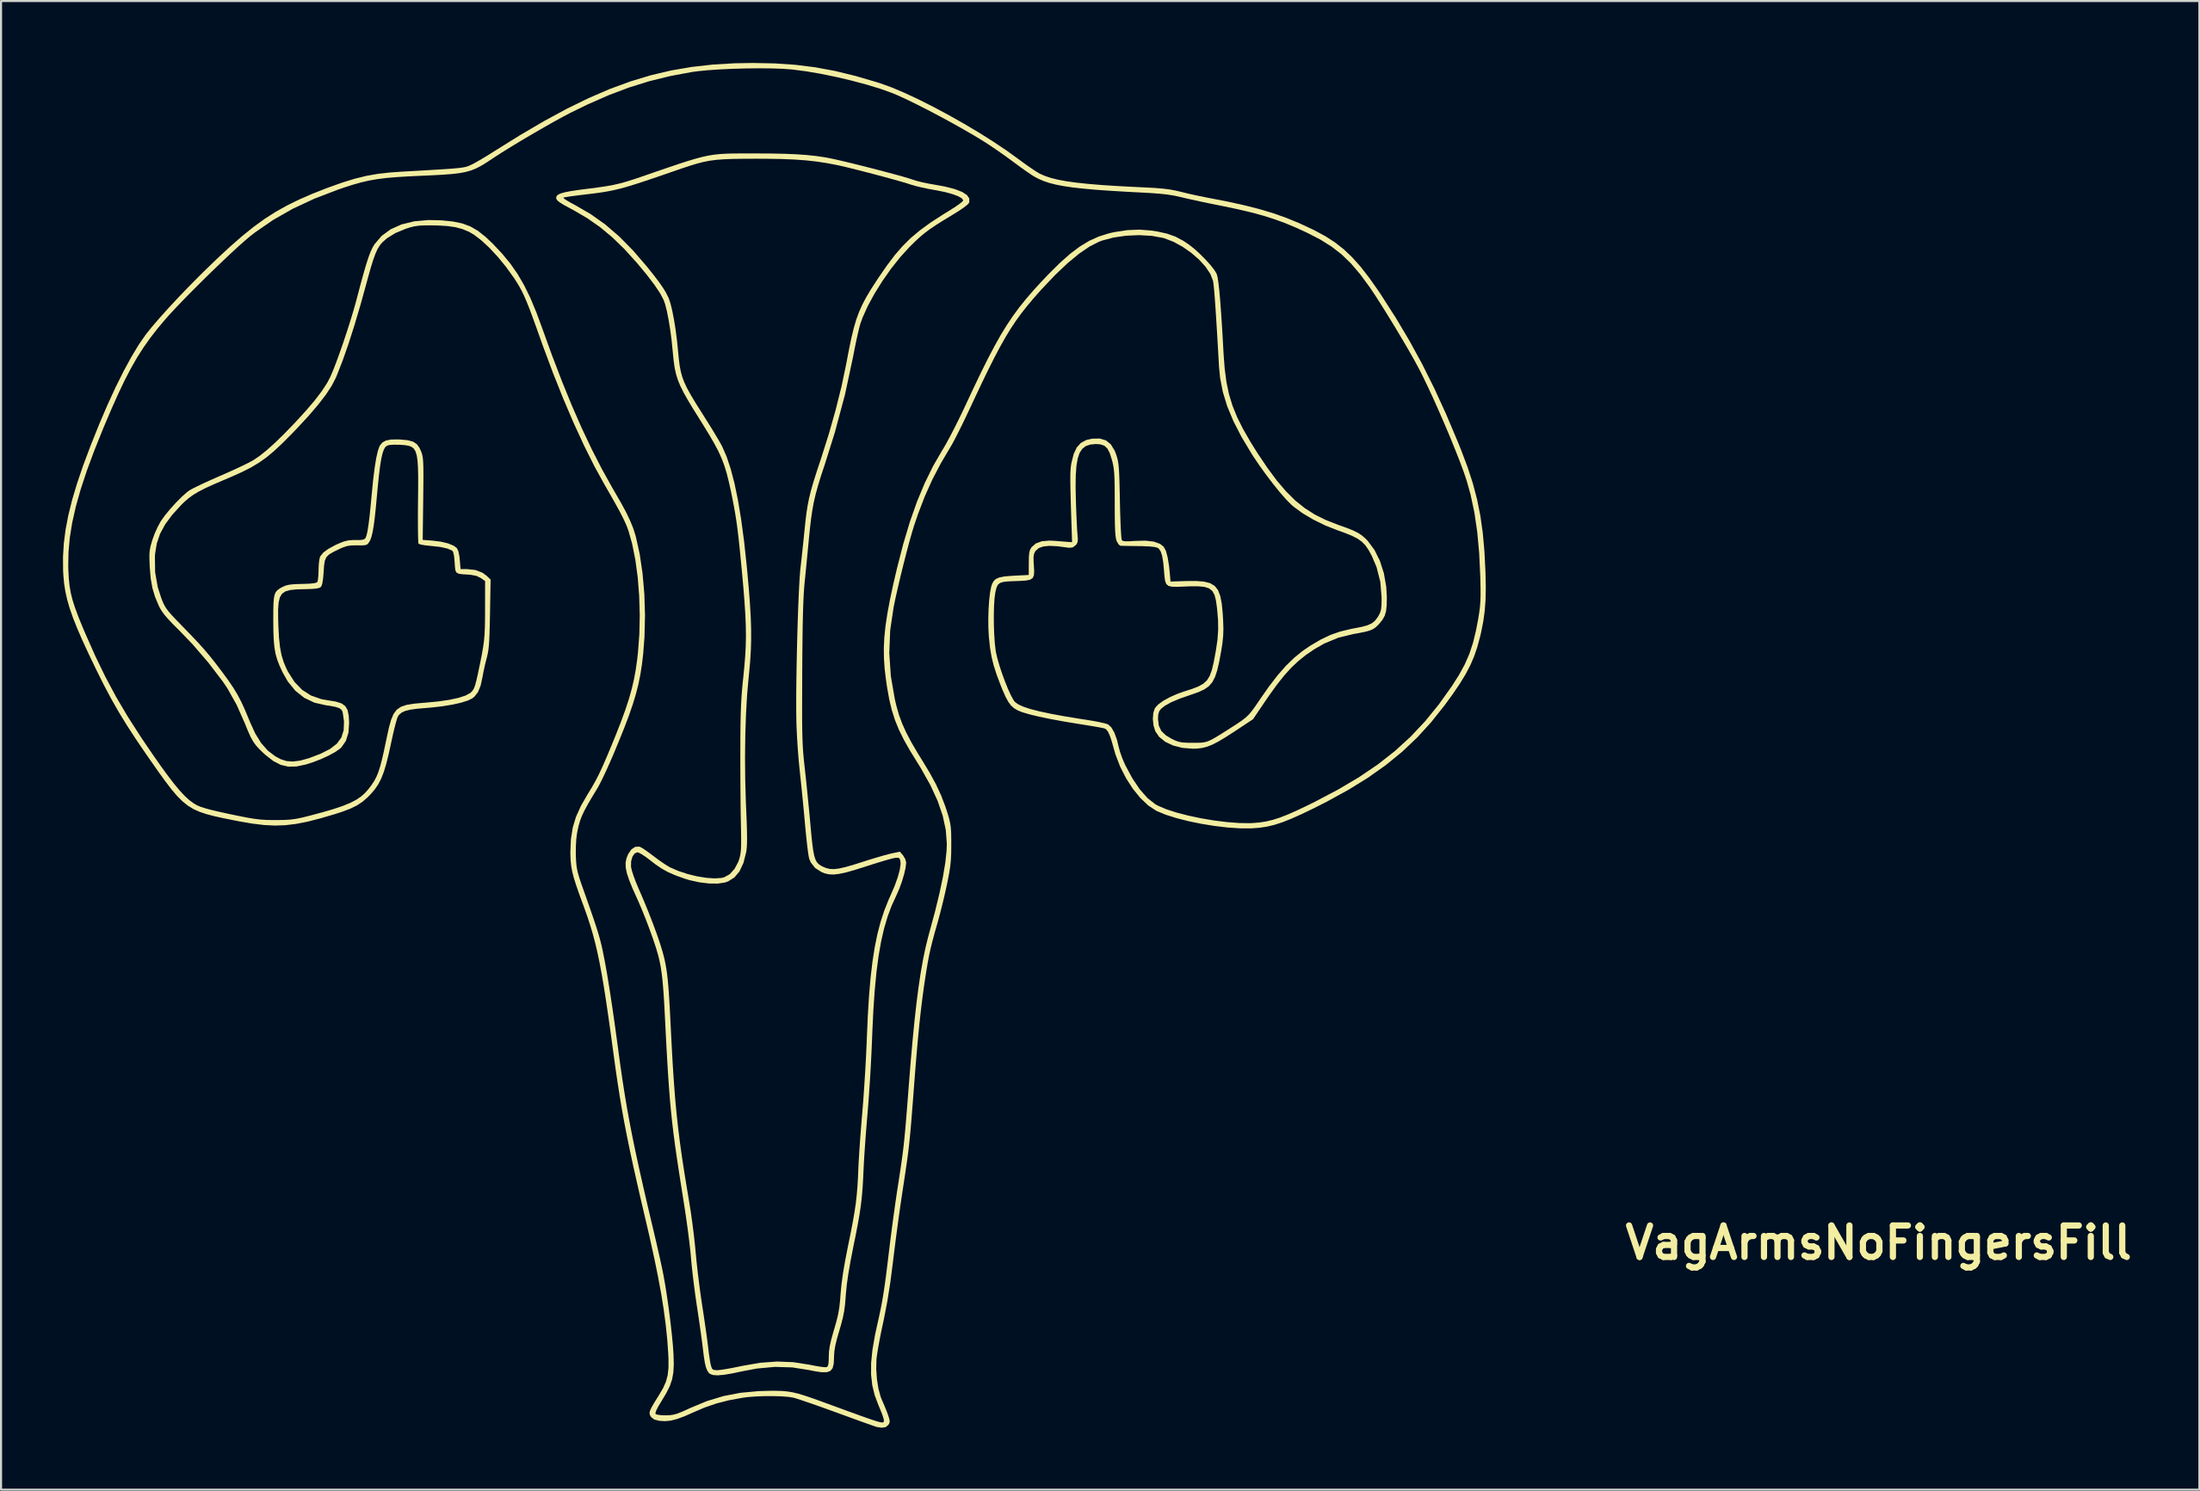
<source format=kicad_pcb>
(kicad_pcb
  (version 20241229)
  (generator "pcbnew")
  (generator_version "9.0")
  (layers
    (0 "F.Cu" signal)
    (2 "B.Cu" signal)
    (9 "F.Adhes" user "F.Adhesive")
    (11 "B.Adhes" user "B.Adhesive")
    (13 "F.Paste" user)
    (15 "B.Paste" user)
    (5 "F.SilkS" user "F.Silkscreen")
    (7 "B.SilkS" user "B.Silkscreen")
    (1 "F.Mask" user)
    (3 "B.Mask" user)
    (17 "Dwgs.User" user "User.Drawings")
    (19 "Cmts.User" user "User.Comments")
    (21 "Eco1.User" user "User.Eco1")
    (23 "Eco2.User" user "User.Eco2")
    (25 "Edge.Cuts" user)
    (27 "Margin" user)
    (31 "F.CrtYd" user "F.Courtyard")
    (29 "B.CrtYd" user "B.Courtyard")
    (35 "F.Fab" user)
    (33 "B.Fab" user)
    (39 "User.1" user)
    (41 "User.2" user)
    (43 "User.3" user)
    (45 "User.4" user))
  (footprint "VagArmsNoFingersFill"
    (layer "F.Cu")
    (at 33.896 30.035)
    (property "Reference" "VagArmsNoFingersFill" (at 54 27.1 0) (layer "F.SilkS") (effects (font (size 1.524 1.524) (thickness 0.3))))
    (attr board_only exclude_from_pos_files exclude_from_bom)
    (fp_poly (pts (xy -0.642 -25.654) (xy -0.381 -25.654) (xy 0.381 -25.65) (xy 1.035 -25.637) (xy 1.6 -25.614) (xy 2.097 -25.579) (xy 2.544 -25.532) (xy 2.96 -25.471) (xy 3.207 -25.426) (xy 3.463 -25.372) (xy 3.803 -25.294) (xy 4.206 -25.198) (xy 4.651 -25.088) (xy 5.117 -24.97) (xy 5.585 -24.849) (xy 6.034 -24.731) (xy 6.443 -24.621) (xy 6.791 -24.524) (xy 7.058 -24.445) (xy 7.223 -24.39) (xy 7.23 -24.387) (xy 7.437 -24.322) (xy 7.722 -24.251) (xy 8.04 -24.186) (xy 8.206 -24.158) (xy 8.805 -24.049) (xy 9.28 -23.926) (xy 9.633 -23.79) (xy 9.865 -23.638) (xy 9.978 -23.47) (xy 9.974 -23.285) (xy 9.967 -23.264) (xy 9.891 -23.175) (xy 9.721 -23.041) (xy 9.476 -22.873) (xy 9.196 -22.699) (xy 8.743 -22.425) (xy 8.378 -22.195) (xy 8.078 -21.993) (xy 7.822 -21.802) (xy 7.585 -21.604) (xy 7.346 -21.383) (xy 7.082 -21.122) (xy 7.08 -21.12) (xy 6.633 -20.63) (xy 6.191 -20.073) (xy 5.772 -19.476) (xy 5.391 -18.866) (xy 5.065 -18.267) (xy 4.812 -17.706) (xy 4.7 -17.395) (xy 4.647 -17.2) (xy 4.578 -16.908) (xy 4.499 -16.549) (xy 4.418 -16.151) (xy 4.346 -15.78) (xy 3.962 -13.985) (xy 3.47 -12.147) (xy 2.986 -10.604) (xy 2.804 -10.054) (xy 2.659 -9.583) (xy 2.543 -9.163) (xy 2.451 -8.765) (xy 2.376 -8.358) (xy 2.312 -7.913) (xy 2.253 -7.4) (xy 2.194 -6.795) (xy 2.151 -6.345) (xy 2.102 -5.835) (xy 2.052 -5.328) (xy 2.007 -4.882) (xy 2.004 -4.858) (xy 1.979 -4.57) (xy 1.958 -4.228) (xy 1.94 -3.822) (xy 1.925 -3.34) (xy 1.912 -2.773) (xy 1.903 -2.11) (xy 1.895 -1.34) (xy 1.89 -0.508) (xy 1.887 0.249) (xy 1.885 0.893) (xy 1.884 1.439) (xy 1.886 1.901) (xy 1.891 2.292) (xy 1.899 2.628) (xy 1.91 2.923) (xy 1.925 3.19) (xy 1.944 3.445) (xy 1.967 3.7) (xy 1.996 3.972) (xy 2.017 4.159) (xy 2.07 4.644) (xy 2.128 5.207) (xy 2.187 5.801) (xy 2.243 6.375) (xy 2.284 6.826) (xy 2.333 7.362) (xy 2.378 7.786) (xy 2.423 8.114) (xy 2.472 8.36) (xy 2.53 8.541) (xy 2.6 8.671) (xy 2.687 8.766) (xy 2.795 8.84) (xy 2.859 8.874) (xy 3.041 8.953) (xy 3.227 8.998) (xy 3.435 9.006) (xy 3.686 8.975) (xy 4.001 8.902) (xy 4.399 8.787) (xy 4.758 8.673) (xy 5.138 8.552) (xy 5.508 8.44) (xy 5.838 8.344) (xy 6.098 8.274) (xy 6.217 8.246) (xy 6.618 8.163) (xy 6.77 8.34) (xy 6.873 8.508) (xy 6.921 8.681) (xy 6.921 8.693) (xy 6.895 8.935) (xy 6.823 9.252) (xy 6.717 9.608) (xy 6.588 9.963) (xy 6.448 10.281) (xy 6.441 10.296) (xy 6.218 10.78) (xy 6.024 11.303) (xy 5.855 11.875) (xy 5.71 12.505) (xy 5.587 13.206) (xy 5.485 13.987) (xy 5.401 14.86) (xy 5.334 15.834) (xy 5.282 16.922) (xy 5.27 17.24) (xy 5.245 17.838) (xy 5.211 18.508) (xy 5.17 19.208) (xy 5.124 19.893) (xy 5.078 20.519) (xy 5.052 20.828) (xy 5.008 21.352) (xy 4.965 21.895) (xy 4.927 22.425) (xy 4.894 22.912) (xy 4.87 23.326) (xy 4.859 23.558) (xy 4.835 24.072) (xy 4.807 24.523) (xy 4.77 24.938) (xy 4.721 25.346) (xy 4.656 25.774) (xy 4.572 26.25) (xy 4.465 26.803) (xy 4.375 27.241) (xy 4.233 27.967) (xy 4.125 28.588) (xy 4.049 29.123) (xy 4.002 29.59) (xy 3.998 29.654) (xy 3.965 30.067) (xy 3.921 30.41) (xy 3.856 30.736) (xy 3.762 31.097) (xy 3.685 31.359) (xy 3.568 31.764) (xy 3.491 32.084) (xy 3.447 32.351) (xy 3.43 32.598) (xy 3.429 32.672) (xy 3.414 32.966) (xy 3.361 33.175) (xy 3.254 33.309) (xy 3.08 33.372) (xy 2.823 33.373) (xy 2.47 33.319) (xy 2.23 33.269) (xy 1.403 33.139) (xy 0.562 33.114) (xy -0.314 33.196) (xy -0.996 33.324) (xy -1.5 33.431) (xy -1.898 33.497) (xy -2.2 33.523) (xy -2.419 33.51) (xy -2.567 33.458) (xy -2.628 33.409) (xy -2.707 33.295) (xy -2.771 33.136) (xy -2.825 32.91) (xy -2.875 32.595) (xy -2.92 32.226) (xy -2.952 31.967) (xy -2.999 31.613) (xy -3.058 31.194) (xy -3.123 30.741) (xy -3.192 30.283) (xy -3.206 30.194) (xy -3.277 29.711) (xy -3.345 29.198) (xy -3.407 28.693) (xy -3.458 28.235) (xy -3.492 27.862) (xy -3.493 27.845) (xy -3.524 27.514) (xy -3.572 27.088) (xy -3.634 26.596) (xy -3.706 26.068) (xy -3.784 25.534) (xy -3.844 25.146) (xy -3.974 24.328) (xy -4.087 23.601) (xy -4.186 22.946) (xy -4.271 22.346) (xy -4.345 21.784) (xy -4.409 21.244) (xy -4.465 20.707) (xy -4.516 20.157) (xy -4.561 19.577) (xy -4.604 18.948) (xy -4.647 18.254) (xy -4.69 17.478) (xy -4.735 16.603) (xy -4.764 16.034) (xy -4.798 15.395) (xy -4.834 14.863) (xy -4.872 14.419) (xy -4.915 14.043) (xy -4.965 13.716) (xy -5.025 13.419) (xy -5.083 13.18) (xy -5.185 12.832) (xy -5.328 12.402) (xy -5.499 11.924) (xy -5.685 11.433) (xy -5.874 10.962) (xy -6.053 10.545) (xy -6.101 10.44) (xy -6.325 9.942) (xy -6.489 9.537) (xy -6.598 9.208) (xy -6.654 8.936) (xy -6.661 8.704) (xy -6.622 8.494) (xy -6.542 8.29) (xy -6.54 8.285) (xy -6.383 8.054) (xy -6.197 7.928) (xy -5.997 7.918) (xy -5.953 7.932) (xy -5.843 7.994) (xy -5.663 8.115) (xy -5.443 8.275) (xy -5.302 8.382) (xy -5.05 8.57) (xy -4.798 8.744) (xy -4.586 8.878) (xy -4.508 8.921) (xy -4.106 9.097) (xy -3.66 9.243) (xy -3.201 9.356) (xy -2.755 9.428) (xy -2.352 9.456) (xy -2.02 9.434) (xy -1.887 9.402) (xy -1.618 9.251) (xy -1.386 8.994) (xy -1.206 8.655) (xy -1.161 8.525) (xy -1.122 8.384) (xy -1.095 8.236) (xy -1.077 8.058) (xy -1.068 7.83) (xy -1.067 7.531) (xy -1.073 7.139) (xy -1.079 6.826) (xy -1.087 6.426) (xy -1.094 5.928) (xy -1.099 5.358) (xy -1.104 4.745) (xy -1.106 4.118) (xy -1.107 3.504) (xy -1.106 3.239) (xy -1.104 2.569) (xy -1.098 2.004) (xy -1.088 1.522) (xy -1.073 1.099) (xy -1.052 0.714) (xy -1.025 0.344) (xy -0.99 -0.033) (xy -0.963 -0.288) (xy -0.909 -0.835) (xy -0.869 -1.337) (xy -0.844 -1.817) (xy -0.835 -2.296) (xy -0.842 -2.797) (xy -0.866 -3.34) (xy -0.905 -3.949) (xy -0.961 -4.644) (xy -1.017 -5.271) (xy -1.083 -5.962) (xy -1.141 -6.548) (xy -1.195 -7.049) (xy -1.247 -7.484) (xy -1.301 -7.874) (xy -1.359 -8.24) (xy -1.424 -8.603) (xy -1.498 -8.982) (xy -1.56 -9.285) (xy -1.665 -9.76) (xy -1.768 -10.169) (xy -1.88 -10.535) (xy -2.01 -10.881) (xy -2.169 -11.23) (xy -2.367 -11.606) (xy -2.614 -12.03) (xy -2.919 -12.528) (xy -3.053 -12.743) (xy -3.379 -13.264) (xy -3.642 -13.7) (xy -3.849 -14.068) (xy -4.01 -14.389) (xy -4.13 -14.682) (xy -4.219 -14.967) (xy -4.284 -15.262) (xy -4.331 -15.587) (xy -4.37 -15.962) (xy -4.382 -16.091) (xy -4.435 -16.617) (xy -4.503 -17.131) (xy -4.581 -17.608) (xy -4.664 -18.025) (xy -4.749 -18.358) (xy -4.817 -18.552) (xy -4.99 -18.881) (xy -5.263 -19.289) (xy -5.633 -19.775) (xy -6.1 -20.338) (xy -6.114 -20.354) (xy -6.719 -21.023) (xy -7.305 -21.592) (xy -7.895 -22.084) (xy -8.515 -22.516) (xy -9.189 -22.911) (xy -9.331 -22.986) (xy -9.635 -23.151) (xy -9.84 -23.276) (xy -9.962 -23.374) (xy -10.016 -23.456) (xy -10.022 -23.48) (xy -10.018 -23.512) (xy -9.675 -23.512) (xy -9.646 -23.472) (xy -9.523 -23.387) (xy -9.326 -23.271) (xy -9.105 -23.152) (xy -8.359 -22.721) (xy -7.653 -22.22) (xy -6.971 -21.634) (xy -6.297 -20.95) (xy -5.645 -20.193) (xy -5.316 -19.783) (xy -5.061 -19.449) (xy -4.866 -19.171) (xy -4.718 -18.931) (xy -4.605 -18.711) (xy -4.57 -18.633) (xy -4.487 -18.384) (xy -4.401 -18.032) (xy -4.317 -17.599) (xy -4.239 -17.11) (xy -4.172 -16.588) (xy -4.126 -16.129) (xy -4.088 -15.735) (xy -4.047 -15.402) (xy -3.993 -15.11) (xy -3.92 -14.839) (xy -3.819 -14.569) (xy -3.683 -14.281) (xy -3.503 -13.954) (xy -3.272 -13.57) (xy -2.981 -13.107) (xy -2.844 -12.89) (xy -2.621 -12.537) (xy -2.408 -12.191) (xy -2.221 -11.879) (xy -2.073 -11.625) (xy -1.985 -11.462) (xy -1.769 -10.966) (xy -1.57 -10.368) (xy -1.387 -9.664) (xy -1.219 -8.851) (xy -1.066 -7.924) (xy -0.926 -6.879) (xy -0.8 -5.713) (xy -0.763 -5.323) (xy -0.691 -4.511) (xy -0.638 -3.802) (xy -0.602 -3.175) (xy -0.584 -2.609) (xy -0.583 -2.082) (xy -0.599 -1.571) (xy -0.631 -1.054) (xy -0.68 -0.511) (xy -0.703 -0.286) (xy -0.778 0.556) (xy -0.832 1.497) (xy -0.866 2.512) (xy -0.879 3.576) (xy -0.87 4.662) (xy -0.839 5.746) (xy -0.828 6.001) (xy -0.804 6.576) (xy -0.788 7.04) (xy -0.781 7.409) (xy -0.782 7.7) (xy -0.792 7.927) (xy -0.81 8.108) (xy -0.824 8.191) (xy -0.956 8.707) (xy -1.144 9.112) (xy -1.391 9.409) (xy -1.7 9.603) (xy -1.857 9.657) (xy -2.199 9.707) (xy -2.62 9.703) (xy -3.083 9.647) (xy -3.555 9.544) (xy -3.793 9.471) (xy -4.233 9.314) (xy -4.589 9.16) (xy -4.902 8.989) (xy -5.212 8.778) (xy -5.47 8.579) (xy -5.692 8.412) (xy -5.891 8.281) (xy -6.038 8.204) (xy -6.087 8.191) (xy -6.224 8.25) (xy -6.33 8.404) (xy -6.393 8.627) (xy -6.399 8.888) (xy -6.362 9.064) (xy -6.28 9.321) (xy -6.166 9.628) (xy -6.035 9.941) (xy -5.792 10.504) (xy -5.555 11.082) (xy -5.334 11.651) (xy -5.138 12.184) (xy -4.978 12.655) (xy -4.862 13.039) (xy -4.859 13.049) (xy -4.793 13.306) (xy -4.737 13.559) (xy -4.69 13.822) (xy -4.649 14.113) (xy -4.612 14.448) (xy -4.579 14.842) (xy -4.547 15.313) (xy -4.515 15.877) (xy -4.481 16.549) (xy -4.477 16.637) (xy -4.425 17.645) (xy -4.374 18.547) (xy -4.319 19.364) (xy -4.261 20.119) (xy -4.195 20.832) (xy -4.12 21.525) (xy -4.034 22.218) (xy -3.934 22.934) (xy -3.818 23.693) (xy -3.684 24.517) (xy -3.584 25.112) (xy -3.505 25.607) (xy -3.427 26.163) (xy -3.356 26.728) (xy -3.298 27.254) (xy -3.27 27.557) (xy -3.227 28.004) (xy -3.169 28.532) (xy -3.099 29.096) (xy -3.025 29.652) (xy -2.954 30.131) (xy -2.884 30.585) (xy -2.817 31.042) (xy -2.756 31.47) (xy -2.705 31.839) (xy -2.67 32.12) (xy -2.665 32.163) (xy -2.629 32.463) (xy -2.588 32.743) (xy -2.55 32.961) (xy -2.533 33.036) (xy -2.483 33.19) (xy -2.409 33.257) (xy -2.266 33.274) (xy -2.221 33.274) (xy -2.07 33.26) (xy -1.824 33.223) (xy -1.514 33.168) (xy -1.169 33.098) (xy -1.033 33.069) (xy -0.154 32.915) (xy 0.667 32.854) (xy 1.459 32.886) (xy 2.249 33.01) (xy 2.264 33.013) (xy 2.556 33.071) (xy 2.809 33.111) (xy 2.993 33.13) (xy 3.074 33.126) (xy 3.129 33.077) (xy 3.16 32.966) (xy 3.174 32.767) (xy 3.175 32.623) (xy 3.185 32.376) (xy 3.221 32.117) (xy 3.288 31.814) (xy 3.393 31.435) (xy 3.432 31.305) (xy 3.549 30.896) (xy 3.631 30.555) (xy 3.686 30.229) (xy 3.725 29.869) (xy 3.745 29.593) (xy 3.788 29.132) (xy 3.859 28.609) (xy 3.961 28.005) (xy 4.098 27.302) (xy 4.117 27.21) (xy 4.244 26.584) (xy 4.345 26.055) (xy 4.424 25.596) (xy 4.485 25.178) (xy 4.53 24.776) (xy 4.564 24.362) (xy 4.59 23.909) (xy 4.606 23.527) (xy 4.623 23.172) (xy 4.651 22.722) (xy 4.685 22.21) (xy 4.726 21.667) (xy 4.769 21.126) (xy 4.797 20.796) (xy 4.843 20.237) (xy 4.888 19.594) (xy 4.932 18.908) (xy 4.971 18.221) (xy 5.002 17.576) (xy 5.017 17.209) (xy 5.064 16.118) (xy 5.124 15.141) (xy 5.199 14.266) (xy 5.291 13.481) (xy 5.402 12.775) (xy 5.533 12.135) (xy 5.687 11.548) (xy 5.866 11.004) (xy 6.071 10.489) (xy 6.162 10.288) (xy 6.361 9.826) (xy 6.512 9.406) (xy 6.611 9.045) (xy 6.652 8.76) (xy 6.641 8.601) (xy 6.602 8.493) (xy 6.533 8.454) (xy 6.391 8.464) (xy 6.346 8.471) (xy 6.206 8.503) (xy 5.97 8.568) (xy 5.661 8.66) (xy 5.304 8.77) (xy 4.929 8.891) (xy 4.419 9.052) (xy 4.009 9.167) (xy 3.679 9.238) (xy 3.41 9.268) (xy 3.185 9.259) (xy 2.985 9.214) (xy 2.826 9.151) (xy 2.513 8.95) (xy 2.301 8.679) (xy 2.229 8.509) (xy 2.201 8.382) (xy 2.166 8.15) (xy 2.127 7.834) (xy 2.085 7.458) (xy 2.044 7.041) (xy 2.027 6.858) (xy 1.981 6.347) (xy 1.927 5.786) (xy 1.871 5.221) (xy 1.817 4.694) (xy 1.77 4.255) (xy 1.721 3.763) (xy 1.676 3.203) (xy 1.639 2.631) (xy 1.614 2.103) (xy 1.608 1.905) (xy 1.601 1.474) (xy 1.599 0.957) (xy 1.601 0.372) (xy 1.609 -0.264) (xy 1.62 -0.934) (xy 1.634 -1.621) (xy 1.651 -2.308) (xy 1.671 -2.977) (xy 1.693 -3.611) (xy 1.717 -4.194) (xy 1.742 -4.708) (xy 1.767 -5.136) (xy 1.793 -5.461) (xy 1.803 -5.556) (xy 1.846 -5.935) (xy 1.895 -6.387) (xy 1.946 -6.863) (xy 1.991 -7.31) (xy 2 -7.394) (xy 2.048 -7.858) (xy 2.097 -8.257) (xy 2.154 -8.616) (xy 2.223 -8.961) (xy 2.31 -9.317) (xy 2.422 -9.709) (xy 2.565 -10.164) (xy 2.743 -10.706) (xy 2.794 -10.858) (xy 3.173 -12.052) (xy 3.508 -13.233) (xy 3.792 -14.371) (xy 4.015 -15.435) (xy 4.026 -15.494) (xy 4.153 -16.158) (xy 4.269 -16.718) (xy 4.385 -17.194) (xy 4.506 -17.609) (xy 4.643 -17.983) (xy 4.802 -18.338) (xy 4.991 -18.696) (xy 5.219 -19.077) (xy 5.494 -19.502) (xy 5.584 -19.638) (xy 5.993 -20.23) (xy 6.375 -20.734) (xy 6.754 -21.172) (xy 7.151 -21.564) (xy 7.588 -21.931) (xy 8.088 -22.295) (xy 8.673 -22.676) (xy 8.985 -22.868) (xy 9.248 -23.034) (xy 9.465 -23.183) (xy 9.617 -23.301) (xy 9.683 -23.372) (xy 9.684 -23.378) (xy 9.623 -23.475) (xy 9.45 -23.577) (xy 9.179 -23.68) (xy 8.824 -23.778) (xy 8.401 -23.865) (xy 8.322 -23.878) (xy 7.98 -23.941) (xy 7.646 -24.012) (xy 7.362 -24.081) (xy 7.179 -24.135) (xy 6.975 -24.201) (xy 6.671 -24.291) (xy 6.291 -24.398) (xy 5.86 -24.516) (xy 5.4 -24.639) (xy 4.936 -24.76) (xy 4.492 -24.873) (xy 4.092 -24.973) (xy 3.759 -25.051) (xy 3.619 -25.082) (xy 3.11 -25.181) (xy 2.602 -25.259) (xy 2.074 -25.318) (xy 1.502 -25.359) (xy 0.863 -25.385) (xy 0.134 -25.396) (xy -0.349 -25.398) (xy -0.96 -25.395) (xy -1.466 -25.388) (xy -1.889 -25.372) (xy -2.252 -25.345) (xy -2.578 -25.303) (xy -2.887 -25.243) (xy -3.203 -25.162) (xy -3.547 -25.058) (xy -3.943 -24.926) (xy -4.128 -24.862) (xy -4.802 -24.629) (xy -5.373 -24.434) (xy -5.856 -24.272) (xy -6.267 -24.14) (xy -6.622 -24.032) (xy -6.937 -23.946) (xy -7.228 -23.877) (xy -7.511 -23.82) (xy -7.802 -23.771) (xy -8.116 -23.727) (xy -8.471 -23.683) (xy -8.73 -23.652) (xy -9.055 -23.612) (xy -9.334 -23.574) (xy -9.545 -23.541) (xy -9.661 -23.518) (xy -9.675 -23.512) (xy -10.018 -23.512) (xy -10.012 -23.57) (xy -9.947 -23.646) (xy -9.814 -23.713) (xy -9.6 -23.774) (xy -9.294 -23.833) (xy -8.881 -23.894) (xy -8.536 -23.938) (xy -8.028 -24.003) (xy -7.615 -24.064) (xy -7.262 -24.128) (xy -6.937 -24.202) (xy -6.608 -24.293) (xy -6.24 -24.41) (xy -5.874 -24.534) (xy -5.176 -24.775) (xy -4.583 -24.978) (xy -4.08 -25.148) (xy -3.651 -25.287) (xy -3.282 -25.397) (xy -2.958 -25.483) (xy -2.662 -25.548) (xy -2.38 -25.594) (xy -2.096 -25.624) (xy -1.796 -25.642) (xy -1.464 -25.651) (xy -1.084 -25.654)) (stroke (width 0) (type solid)) (fill yes) (layer "F.SilkS"))
    (fp_poly (pts (xy 0.563 -30.014) (xy 1.56 -29.946) (xy 2.521 -29.826) (xy 3.478 -29.648) (xy 4.465 -29.408) (xy 5.517 -29.099) (xy 5.683 -29.046) (xy 6.217 -28.853) (xy 6.832 -28.593) (xy 7.509 -28.277) (xy 8.228 -27.915) (xy 8.972 -27.517) (xy 9.719 -27.095) (xy 10.452 -26.659) (xy 11.15 -26.219) (xy 11.795 -25.786) (xy 12.297 -25.423) (xy 12.598 -25.202) (xy 12.889 -24.996) (xy 13.144 -24.824) (xy 13.337 -24.704) (xy 13.393 -24.672) (xy 13.64 -24.564) (xy 13.932 -24.467) (xy 14.279 -24.381) (xy 14.69 -24.305) (xy 15.175 -24.238) (xy 15.743 -24.178) (xy 16.406 -24.123) (xy 17.171 -24.074) (xy 18.049 -24.028) (xy 18.479 -24.008) (xy 18.962 -23.982) (xy 19.351 -23.95) (xy 19.679 -23.909) (xy 19.978 -23.853) (xy 20.225 -23.794) (xy 20.571 -23.71) (xy 20.979 -23.619) (xy 21.385 -23.535) (xy 21.59 -23.496) (xy 22.507 -23.317) (xy 23.318 -23.138) (xy 24.046 -22.952) (xy 24.711 -22.751) (xy 25.336 -22.529) (xy 25.943 -22.28) (xy 26.552 -21.997) (xy 26.725 -21.912) (xy 27.23 -21.637) (xy 27.687 -21.341) (xy 28.11 -21.008) (xy 28.515 -20.623) (xy 28.918 -20.171) (xy 29.334 -19.636) (xy 29.779 -19.004) (xy 29.918 -18.795) (xy 30.629 -17.686) (xy 31.286 -16.58) (xy 31.901 -15.454) (xy 32.486 -14.282) (xy 33.055 -13.04) (xy 33.62 -11.703) (xy 33.787 -11.29) (xy 34.102 -10.455) (xy 34.359 -9.662) (xy 34.563 -8.883) (xy 34.721 -8.092) (xy 34.837 -7.259) (xy 34.917 -6.359) (xy 34.966 -5.363) (xy 34.968 -5.3) (xy 34.981 -4.622) (xy 34.969 -4.035) (xy 34.93 -3.504) (xy 34.861 -2.997) (xy 34.759 -2.478) (xy 34.701 -2.233) (xy 34.57 -1.748) (xy 34.418 -1.3) (xy 34.233 -0.869) (xy 34.004 -0.431) (xy 33.72 0.034) (xy 33.37 0.548) (xy 32.978 1.085) (xy 32.337 1.891) (xy 31.662 2.631) (xy 30.939 3.318) (xy 30.153 3.961) (xy 29.29 4.572) (xy 28.337 5.163) (xy 27.279 5.744) (xy 26.638 6.068) (xy 26.054 6.349) (xy 25.557 6.571) (xy 25.126 6.741) (xy 24.741 6.865) (xy 24.381 6.95) (xy 24.024 7.004) (xy 23.649 7.032) (xy 23.622 7.033) (xy 23.088 7.032) (xy 22.489 6.992) (xy 21.852 6.917) (xy 21.206 6.812) (xy 20.576 6.682) (xy 19.99 6.532) (xy 19.474 6.368) (xy 19.057 6.194) (xy 19.029 6.181) (xy 18.642 5.926) (xy 18.26 5.564) (xy 17.896 5.117) (xy 17.565 4.603) (xy 17.28 4.043) (xy 17.055 3.457) (xy 16.982 3.206) (xy 16.874 2.82) (xy 16.781 2.543) (xy 16.696 2.357) (xy 16.611 2.245) (xy 16.534 2.197) (xy 16.439 2.174) (xy 16.241 2.136) (xy 15.96 2.087) (xy 15.62 2.031) (xy 15.245 1.971) (xy 14.543 1.855) (xy 13.911 1.739) (xy 13.362 1.625) (xy 12.906 1.515) (xy 12.555 1.412) (xy 12.335 1.326) (xy 12.154 1.221) (xy 12.002 1.087) (xy 11.864 0.902) (xy 11.726 0.645) (xy 11.573 0.297) (xy 11.492 0.095) (xy 11.298 -0.422) (xy 11.155 -0.869) (xy 11.053 -1.288) (xy 10.98 -1.719) (xy 10.929 -2.206) (xy 10.923 -2.266) (xy 10.901 -2.685) (xy 10.898 -3.132) (xy 10.911 -3.581) (xy 10.939 -4.003) (xy 10.981 -4.372) (xy 11.035 -4.661) (xy 11.079 -4.8) (xy 11.158 -4.944) (xy 11.269 -5.048) (xy 11.434 -5.119) (xy 11.675 -5.166) (xy 12.013 -5.196) (xy 12.16 -5.204) (xy 12.857 -5.239) (xy 12.858 -5.821) (xy 12.863 -6.116) (xy 12.881 -6.316) (xy 12.917 -6.454) (xy 12.978 -6.563) (xy 12.989 -6.578) (xy 13.195 -6.763) (xy 13.484 -6.871) (xy 13.865 -6.904) (xy 14.097 -6.892) (xy 14.359 -6.871) (xy 14.597 -6.852) (xy 14.759 -6.84) (xy 14.764 -6.84) (xy 14.954 -6.826) (xy 14.942 -7.176) (xy 14.918 -7.886) (xy 14.899 -8.482) (xy 14.885 -8.975) (xy 14.875 -9.377) (xy 14.869 -9.702) (xy 14.868 -9.96) (xy 14.871 -10.165) (xy 14.879 -10.328) (xy 14.891 -10.461) (xy 14.907 -10.577) (xy 14.921 -10.662) (xy 15.03 -11.093) (xy 15.179 -11.413) (xy 15.38 -11.636) (xy 15.644 -11.776) (xy 15.923 -11.839) (xy 16.296 -11.847) (xy 16.595 -11.756) (xy 16.832 -11.562) (xy 17.017 -11.256) (xy 17.095 -11.053) (xy 17.136 -10.919) (xy 17.169 -10.782) (xy 17.195 -10.624) (xy 17.215 -10.429) (xy 17.231 -10.178) (xy 17.244 -9.855) (xy 17.255 -9.442) (xy 17.266 -8.923) (xy 17.268 -8.826) (xy 17.279 -8.357) (xy 17.293 -7.926) (xy 17.308 -7.551) (xy 17.325 -7.25) (xy 17.341 -7.039) (xy 17.357 -6.936) (xy 17.36 -6.93) (xy 17.416 -6.888) (xy 17.53 -6.869) (xy 17.726 -6.87) (xy 17.978 -6.887) (xy 18.499 -6.901) (xy 18.91 -6.854) (xy 19.214 -6.745) (xy 19.39 -6.603) (xy 19.495 -6.407) (xy 19.582 -6.086) (xy 19.652 -5.645) (xy 19.7 -5.144) (xy 19.717 -4.921) (xy 20.479 -4.944) (xy 20.957 -4.947) (xy 21.338 -4.918) (xy 21.634 -4.843) (xy 21.857 -4.71) (xy 22.017 -4.507) (xy 22.128 -4.221) (xy 22.201 -3.839) (xy 22.248 -3.35) (xy 22.265 -3.056) (xy 22.279 -2.65) (xy 22.269 -2.298) (xy 22.232 -1.94) (xy 22.172 -1.556) (xy 22.075 -1.031) (xy 21.979 -0.616) (xy 21.871 -0.292) (xy 21.74 -0.043) (xy 21.575 0.148) (xy 21.362 0.299) (xy 21.09 0.427) (xy 20.747 0.549) (xy 20.701 0.564) (xy 20.166 0.751) (xy 19.749 0.927) (xy 19.444 1.097) (xy 19.264 1.24) (xy 19.17 1.364) (xy 19.124 1.518) (xy 19.113 1.734) (xy 19.151 2.056) (xy 19.273 2.314) (xy 19.495 2.529) (xy 19.78 2.699) (xy 19.97 2.788) (xy 20.134 2.844) (xy 20.312 2.875) (xy 20.543 2.887) (xy 20.796 2.889) (xy 21.034 2.889) (xy 21.223 2.881) (xy 21.384 2.858) (xy 21.541 2.81) (xy 21.716 2.73) (xy 21.931 2.608) (xy 22.21 2.436) (xy 22.573 2.206) (xy 22.574 2.205) (xy 22.909 1.99) (xy 23.161 1.82) (xy 23.353 1.671) (xy 23.512 1.52) (xy 23.659 1.345) (xy 23.821 1.121) (xy 24.022 0.826) (xy 24.022 0.826) (xy 24.476 0.175) (xy 24.898 -0.374) (xy 25.301 -0.835) (xy 25.702 -1.225) (xy 26.113 -1.56) (xy 26.48 -1.81) (xy 26.991 -2.111) (xy 27.46 -2.335) (xy 27.934 -2.501) (xy 28.458 -2.626) (xy 28.619 -2.656) (xy 28.995 -2.73) (xy 29.269 -2.807) (xy 29.469 -2.901) (xy 29.618 -3.023) (xy 29.744 -3.189) (xy 29.793 -3.27) (xy 29.863 -3.407) (xy 29.906 -3.548) (xy 29.929 -3.728) (xy 29.937 -3.981) (xy 29.937 -4.159) (xy 29.874 -4.913) (xy 29.691 -5.627) (xy 29.467 -6.153) (xy 29.312 -6.44) (xy 29.159 -6.666) (xy 28.985 -6.847) (xy 28.769 -7.001) (xy 28.49 -7.142) (xy 28.125 -7.288) (xy 27.792 -7.407) (xy 27.203 -7.64) (xy 26.633 -7.92) (xy 26.113 -8.228) (xy 25.677 -8.547) (xy 25.557 -8.652) (xy 25.314 -8.898) (xy 25.024 -9.23) (xy 24.703 -9.625) (xy 24.371 -10.06) (xy 24.043 -10.514) (xy 23.739 -10.962) (xy 23.643 -11.113) (xy 23.153 -11.93) (xy 22.762 -12.691) (xy 22.463 -13.411) (xy 22.25 -14.106) (xy 22.118 -14.791) (xy 22.067 -15.318) (xy 22.016 -16.218) (xy 21.97 -16.997) (xy 21.929 -17.66) (xy 21.893 -18.213) (xy 21.861 -18.662) (xy 21.833 -19.012) (xy 21.807 -19.268) (xy 21.785 -19.436) (xy 21.775 -19.49) (xy 21.646 -19.82) (xy 21.414 -20.167) (xy 21.1 -20.513) (xy 20.724 -20.84) (xy 20.306 -21.133) (xy 19.867 -21.373) (xy 19.427 -21.543) (xy 19.359 -21.562) (xy 18.814 -21.662) (xy 18.205 -21.697) (xy 17.575 -21.67) (xy 16.964 -21.582) (xy 16.414 -21.436) (xy 16.26 -21.379) (xy 15.801 -21.146) (xy 15.291 -20.798) (xy 14.734 -20.337) (xy 14.131 -19.765) (xy 13.484 -19.082) (xy 13.433 -19.025) (xy 13.094 -18.643) (xy 12.789 -18.28) (xy 12.508 -17.924) (xy 12.244 -17.561) (xy 11.988 -17.178) (xy 11.735 -16.763) (xy 11.474 -16.301) (xy 11.199 -15.781) (xy 10.901 -15.189) (xy 10.573 -14.511) (xy 10.207 -13.735) (xy 10.035 -13.367) (xy 9.833 -12.938) (xy 9.632 -12.521) (xy 9.442 -12.139) (xy 9.276 -11.814) (xy 9.143 -11.567) (xy 9.081 -11.462) (xy 8.596 -10.639) (xy 8.184 -9.85) (xy 7.825 -9.05) (xy 7.497 -8.195) (xy 7.302 -7.62) (xy 7.196 -7.273) (xy 7.071 -6.829) (xy 6.934 -6.314) (xy 6.792 -5.757) (xy 6.651 -5.183) (xy 6.519 -4.621) (xy 6.401 -4.098) (xy 6.315 -3.683) (xy 6.149 -2.566) (xy 6.104 -1.457) (xy 6.179 -0.344) (xy 6.375 0.79) (xy 6.451 1.107) (xy 6.572 1.533) (xy 6.726 1.953) (xy 6.923 2.389) (xy 7.173 2.865) (xy 7.488 3.402) (xy 7.694 3.734) (xy 8.066 4.35) (xy 8.367 4.906) (xy 8.612 5.433) (xy 8.815 5.964) (xy 8.931 6.318) (xy 9.002 6.563) (xy 9.051 6.776) (xy 9.082 6.99) (xy 9.099 7.24) (xy 9.105 7.562) (xy 9.106 7.811) (xy 9.102 8.211) (xy 9.087 8.545) (xy 9.057 8.856) (xy 9.006 9.19) (xy 8.929 9.59) (xy 8.903 9.716) (xy 8.808 10.153) (xy 8.692 10.641) (xy 8.571 11.123) (xy 8.458 11.544) (xy 8.445 11.589) (xy 8.303 12.087) (xy 8.192 12.499) (xy 8.104 12.857) (xy 8.03 13.195) (xy 7.964 13.548) (xy 7.897 13.95) (xy 7.87 14.116) (xy 7.784 14.688) (xy 7.706 15.263) (xy 7.633 15.86) (xy 7.563 16.495) (xy 7.495 17.189) (xy 7.427 17.959) (xy 7.356 18.825) (xy 7.302 19.526) (xy 7.25 20.208) (xy 7.205 20.782) (xy 7.166 21.271) (xy 7.129 21.692) (xy 7.093 22.067) (xy 7.056 22.415) (xy 7.015 22.757) (xy 6.968 23.112) (xy 6.912 23.5) (xy 6.846 23.942) (xy 6.768 24.457) (xy 6.731 24.701) (xy 6.648 25.259) (xy 6.558 25.897) (xy 6.467 26.569) (xy 6.381 27.23) (xy 6.306 27.832) (xy 6.286 28.003) (xy 6.155 29.019) (xy 6.01 29.939) (xy 5.845 30.794) (xy 5.805 30.98) (xy 5.714 31.405) (xy 5.632 31.822) (xy 5.563 32.203) (xy 5.512 32.52) (xy 5.484 32.744) (xy 5.483 32.758) (xy 5.473 33.23) (xy 5.507 33.716) (xy 5.581 34.176) (xy 5.689 34.57) (xy 5.752 34.726) (xy 5.869 34.993) (xy 5.986 35.283) (xy 6.039 35.428) (xy 6.105 35.63) (xy 6.126 35.757) (xy 6.103 35.852) (xy 6.063 35.92) (xy 5.931 36.032) (xy 5.727 36.06) (xy 5.493 36.022) (xy 5.403 35.993) (xy 5.209 35.925) (xy 4.929 35.826) (xy 4.577 35.699) (xy 4.171 35.552) (xy 3.725 35.389) (xy 3.588 35.339) (xy 3.12 35.169) (xy 2.674 35.01) (xy 2.269 34.868) (xy 1.923 34.75) (xy 1.655 34.662) (xy 1.483 34.61) (xy 1.46 34.604) (xy 1.213 34.565) (xy 0.873 34.54) (xy 0.474 34.529) (xy 0.047 34.531) (xy -0.373 34.547) (xy -0.753 34.577) (xy -0.969 34.605) (xy -1.655 34.73) (xy -2.262 34.885) (xy -2.833 35.081) (xy -3.365 35.31) (xy -3.81 35.506) (xy -4.173 35.64) (xy -4.48 35.717) (xy -4.755 35.743) (xy -5.023 35.726) (xy -5.049 35.722) (xy -5.279 35.66) (xy -5.421 35.548) (xy -5.439 35.522) (xy -5.486 35.437) (xy -5.502 35.35) (xy -5.481 35.242) (xy -5.414 35.093) (xy -5.295 34.883) (xy -5.116 34.594) (xy -5.043 34.478) (xy -4.845 34.14) (xy -4.708 33.831) (xy -4.624 33.517) (xy -4.585 33.164) (xy -4.584 32.738) (xy -4.596 32.48) (xy -4.644 31.794) (xy -4.716 31.091) (xy -4.813 30.356) (xy -4.938 29.573) (xy -5.094 28.727) (xy -5.284 27.801) (xy -5.509 26.781) (xy -5.675 26.067) (xy -5.911 25.059) (xy -6.118 24.156) (xy -6.3 23.342) (xy -6.46 22.599) (xy -6.601 21.909) (xy -6.728 21.256) (xy -6.842 20.622) (xy -6.948 19.99) (xy -7.049 19.342) (xy -7.148 18.662) (xy -7.243 17.971) (xy -7.377 16.985) (xy -7.5 16.114) (xy -7.613 15.344) (xy -7.72 14.662) (xy -7.824 14.058) (xy -7.925 13.517) (xy -8.028 13.029) (xy -8.134 12.579) (xy -8.246 12.157) (xy -8.367 11.749) (xy -8.499 11.344) (xy -8.645 10.928) (xy -8.732 10.691) (xy -8.92 10.177) (xy -9.064 9.758) (xy -9.172 9.412) (xy -9.247 9.115) (xy -9.295 8.847) (xy -9.322 8.583) (xy -9.333 8.302) (xy -9.334 8.173) (xy -9.308 7.556) (xy -9.221 7.002) (xy -9.064 6.477) (xy -8.824 5.946) (xy -8.5 5.384) (xy -8.297 5.052) (xy -8.119 4.736) (xy -7.951 4.409) (xy -7.778 4.039) (xy -7.585 3.598) (xy -7.447 3.27) (xy -7.14 2.524) (xy -6.885 1.873) (xy -6.675 1.297) (xy -6.504 0.777) (xy -6.367 0.293) (xy -6.258 -0.173) (xy -6.171 -0.642) (xy -6.102 -1.132) (xy -6.063 -1.471) (xy -5.995 -2.372) (xy -5.976 -3.297) (xy -6.003 -4.223) (xy -6.074 -5.123) (xy -6.189 -5.974) (xy -6.344 -6.75) (xy -6.518 -7.366) (xy -6.589 -7.564) (xy -6.681 -7.78) (xy -6.799 -8.029) (xy -6.953 -8.326) (xy -7.151 -8.686) (xy -7.399 -9.126) (xy -7.684 -9.62) (xy -8.171 -10.505) (xy -8.67 -11.503) (xy -9.175 -12.6) (xy -9.681 -13.783) (xy -10.182 -15.039) (xy -10.672 -16.354) (xy -10.784 -16.669) (xy -10.996 -17.264) (xy -11.174 -17.754) (xy -11.325 -18.157) (xy -11.457 -18.487) (xy -11.576 -18.761) (xy -11.689 -18.996) (xy -11.803 -19.207) (xy -11.926 -19.41) (xy -12.064 -19.622) (xy -12.085 -19.653) (xy -12.457 -20.169) (xy -12.851 -20.65) (xy -13.252 -21.081) (xy -13.642 -21.443) (xy -14.005 -21.721) (xy -14.248 -21.862) (xy -14.56 -21.991) (xy -14.9 -22.082) (xy -15.295 -22.138) (xy -15.774 -22.166) (xy -16.037 -22.17) (xy -16.389 -22.169) (xy -16.654 -22.156) (xy -16.874 -22.126) (xy -17.087 -22.074) (xy -17.295 -22.008) (xy -17.805 -21.797) (xy -18.219 -21.542) (xy -18.457 -21.327) (xy -18.569 -21.187) (xy -18.672 -21.015) (xy -18.772 -20.794) (xy -18.877 -20.506) (xy -18.992 -20.135) (xy -19.125 -19.664) (xy -19.179 -19.462) (xy -19.487 -18.347) (xy -19.788 -17.33) (xy -20.08 -16.418) (xy -20.36 -15.618) (xy -20.627 -14.935) (xy -20.693 -14.779) (xy -20.889 -14.4) (xy -21.171 -13.97) (xy -21.544 -13.485) (xy -22.011 -12.939) (xy -22.577 -12.328) (xy -22.853 -12.042) (xy -23.293 -11.601) (xy -23.681 -11.239) (xy -24.041 -10.938) (xy -24.402 -10.681) (xy -24.789 -10.449) (xy -25.228 -10.226) (xy -25.746 -9.992) (xy -26.102 -9.841) (xy -26.604 -9.626) (xy -27.007 -9.442) (xy -27.332 -9.275) (xy -27.597 -9.115) (xy -27.825 -8.949) (xy -28.035 -8.765) (xy -28.163 -8.64) (xy -28.611 -8.149) (xy -28.952 -7.687) (xy -29.197 -7.234) (xy -29.355 -6.769) (xy -29.437 -6.273) (xy -29.447 -6.128) (xy -29.436 -5.371) (xy -29.31 -4.65) (xy -29.135 -4.109) (xy -29.062 -3.926) (xy -28.989 -3.772) (xy -28.903 -3.628) (xy -28.788 -3.474) (xy -28.63 -3.292) (xy -28.414 -3.062) (xy -28.126 -2.766) (xy -28.064 -2.702) (xy -27.664 -2.289) (xy -27.333 -1.938) (xy -27.048 -1.619) (xy -26.785 -1.308) (xy -26.521 -0.976) (xy -26.232 -0.597) (xy -26.189 -0.54) (xy -25.892 -0.133) (xy -25.651 0.221) (xy -25.449 0.556) (xy -25.266 0.904) (xy -25.085 1.301) (xy -24.885 1.779) (xy -24.85 1.867) (xy -24.587 2.443) (xy -24.301 2.905) (xy -23.981 3.268) (xy -23.616 3.545) (xy -23.352 3.685) (xy -23.074 3.774) (xy -22.765 3.797) (xy -22.408 3.75) (xy -21.986 3.633) (xy -21.482 3.441) (xy -21.417 3.414) (xy -20.968 3.187) (xy -20.638 2.931) (xy -20.42 2.632) (xy -20.308 2.278) (xy -20.293 1.855) (xy -20.356 1.415) (xy -20.403 1.302) (xy -20.505 1.219) (xy -20.681 1.155) (xy -20.953 1.102) (xy -21.159 1.074) (xy -21.722 0.946) (xy -22.218 0.711) (xy -22.65 0.367) (xy -23.018 -0.086) (xy -23.271 -0.533) (xy -23.416 -0.85) (xy -23.526 -1.136) (xy -23.606 -1.418) (xy -23.66 -1.722) (xy -23.693 -2.073) (xy -23.711 -2.498) (xy -23.716 -3.023) (xy -23.716 -3.048) (xy -23.715 -3.501) (xy -23.707 -3.846) (xy -23.688 -4.1) (xy -23.652 -4.284) (xy -23.594 -4.414) (xy -23.51 -4.51) (xy -23.395 -4.59) (xy -23.287 -4.65) (xy -23.141 -4.717) (xy -22.983 -4.761) (xy -22.779 -4.787) (xy -22.498 -4.801) (xy -22.327 -4.805) (xy -21.982 -4.816) (xy -21.75 -4.838) (xy -21.619 -4.872) (xy -21.582 -4.901) (xy -21.556 -5.001) (xy -21.536 -5.191) (xy -21.526 -5.434) (xy -21.525 -5.493) (xy -21.514 -5.752) (xy -21.488 -5.976) (xy -21.452 -6.123) (xy -21.445 -6.138) (xy -21.3 -6.319) (xy -21.062 -6.497) (xy -20.718 -6.684) (xy -20.592 -6.743) (xy -20.319 -6.855) (xy -20.09 -6.913) (xy -19.842 -6.932) (xy -19.734 -6.932) (xy -19.495 -6.933) (xy -19.352 -6.954) (xy -19.273 -7) (xy -19.245 -7.041) (xy -19.198 -7.17) (xy -19.151 -7.388) (xy -19.102 -7.702) (xy -19.051 -8.121) (xy -18.997 -8.652) (xy -18.954 -9.112) (xy -18.884 -9.826) (xy -18.81 -10.421) (xy -18.734 -10.896) (xy -18.654 -11.248) (xy -18.573 -11.476) (xy -18.557 -11.505) (xy -18.435 -11.654) (xy -18.266 -11.749) (xy -18.026 -11.797) (xy -17.693 -11.804) (xy -17.556 -11.798) (xy -17.202 -11.764) (xy -16.948 -11.695) (xy -16.767 -11.576) (xy -16.635 -11.39) (xy -16.551 -11.201) (xy -16.518 -11.104) (xy -16.492 -10.998) (xy -16.473 -10.868) (xy -16.46 -10.699) (xy -16.452 -10.475) (xy -16.449 -10.181) (xy -16.449 -9.801) (xy -16.454 -9.321) (xy -16.458 -8.914) (xy -16.483 -6.938) (xy -16.004 -6.902) (xy -15.607 -6.852) (xy -15.259 -6.769) (xy -14.989 -6.659) (xy -14.831 -6.544) (xy -14.759 -6.398) (xy -14.707 -6.146) (xy -14.688 -5.976) (xy -14.65 -5.524) (xy -14.358 -5.524) (xy -13.931 -5.48) (xy -13.588 -5.348) (xy -13.397 -5.206) (xy -13.196 -5.018) (xy -13.225 -3.35) (xy -13.236 -2.822) (xy -13.248 -2.403) (xy -13.262 -2.072) (xy -13.28 -1.811) (xy -13.304 -1.601) (xy -13.335 -1.423) (xy -13.373 -1.258) (xy -13.387 -1.206) (xy -13.466 -0.897) (xy -13.539 -0.56) (xy -13.588 -0.296) (xy -13.679 0.121) (xy -13.806 0.433) (xy -13.979 0.656) (xy -14.085 0.74) (xy -14.307 0.847) (xy -14.636 0.949) (xy -15.053 1.042) (xy -15.539 1.121) (xy -16.075 1.182) (xy -16.336 1.204) (xy -16.77 1.242) (xy -17.097 1.288) (xy -17.336 1.348) (xy -17.506 1.428) (xy -17.627 1.534) (xy -17.68 1.605) (xy -17.722 1.712) (xy -17.783 1.92) (xy -17.857 2.206) (xy -17.936 2.545) (xy -17.998 2.833) (xy -18.127 3.422) (xy -18.246 3.904) (xy -18.365 4.298) (xy -18.491 4.622) (xy -18.633 4.896) (xy -18.798 5.139) (xy -18.994 5.37) (xy -19.158 5.536) (xy -19.398 5.745) (xy -19.664 5.921) (xy -19.984 6.078) (xy -20.383 6.23) (xy -20.733 6.343) (xy -21.443 6.551) (xy -22.063 6.71) (xy -22.621 6.819) (xy -23.141 6.881) (xy -23.651 6.897) (xy -24.177 6.87) (xy -24.746 6.8) (xy -25.383 6.69) (xy -25.601 6.647) (xy -26.128 6.541) (xy -26.577 6.442) (xy -26.961 6.341) (xy -27.293 6.229) (xy -27.587 6.096) (xy -27.855 5.931) (xy -28.111 5.725) (xy -28.368 5.468) (xy -28.639 5.15) (xy -28.937 4.761) (xy -29.276 4.292) (xy -29.668 3.733) (xy -29.857 3.461) (xy -30.362 2.72) (xy -30.802 2.044) (xy -31.196 1.4) (xy -31.562 0.758) (xy -31.919 0.086) (xy -32.285 -0.648) (xy -32.294 -0.667) (xy -32.656 -1.421) (xy -32.96 -2.08) (xy -33.211 -2.658) (xy -33.414 -3.169) (xy -33.574 -3.629) (xy -33.696 -4.051) (xy -33.784 -4.451) (xy -33.844 -4.843) (xy -33.88 -5.242) (xy -33.892 -5.482) (xy -33.893 -5.671) (xy -33.643 -5.671) (xy -33.638 -5.493) (xy -33.617 -5.087) (xy -33.58 -4.723) (xy -33.521 -4.376) (xy -33.433 -4.022) (xy -33.309 -3.637) (xy -33.144 -3.195) (xy -32.931 -2.673) (xy -32.848 -2.477) (xy -32.352 -1.355) (xy -31.854 -0.324) (xy -31.333 0.651) (xy -30.771 1.605) (xy -30.149 2.574) (xy -30.045 2.731) (xy -29.583 3.41) (xy -29.179 3.989) (xy -28.825 4.475) (xy -28.516 4.878) (xy -28.243 5.205) (xy -28 5.466) (xy -27.779 5.667) (xy -27.574 5.819) (xy -27.4 5.919) (xy -27.242 5.985) (xy -27.025 6.056) (xy -26.737 6.135) (xy -26.362 6.224) (xy -25.886 6.329) (xy -25.432 6.424) (xy -24.994 6.51) (xy -24.638 6.57) (xy -24.325 6.607) (xy -24.012 6.626) (xy -23.66 6.631) (xy -23.59 6.631) (xy -23.208 6.626) (xy -22.902 6.609) (xy -22.623 6.572) (xy -22.321 6.511) (xy -21.971 6.424) (xy -21.328 6.252) (xy -20.795 6.096) (xy -20.358 5.949) (xy -20.003 5.804) (xy -19.714 5.656) (xy -19.477 5.498) (xy -19.278 5.322) (xy -19.102 5.122) (xy -19.101 5.121) (xy -18.953 4.925) (xy -18.83 4.738) (xy -18.725 4.54) (xy -18.632 4.312) (xy -18.544 4.037) (xy -18.454 3.696) (xy -18.357 3.271) (xy -18.245 2.742) (xy -18.223 2.635) (xy -18.117 2.148) (xy -18.012 1.771) (xy -17.892 1.489) (xy -17.74 1.286) (xy -17.538 1.146) (xy -17.27 1.054) (xy -16.918 0.996) (xy -16.466 0.954) (xy -16.37 0.947) (xy -15.743 0.888) (xy -15.2 0.809) (xy -14.752 0.713) (xy -14.409 0.601) (xy -14.18 0.476) (xy -14.153 0.454) (xy -14.069 0.364) (xy -14.002 0.253) (xy -13.943 0.093) (xy -13.881 -0.14) (xy -13.807 -0.473) (xy -13.807 -0.476) (xy -13.701 -0.98) (xy -13.62 -1.388) (xy -13.56 -1.73) (xy -13.518 -2.035) (xy -13.491 -2.332) (xy -13.475 -2.65) (xy -13.467 -3.017) (xy -13.464 -3.463) (xy -13.464 -3.568) (xy -13.462 -4.944) (xy -13.664 -5.088) (xy -13.88 -5.195) (xy -14.168 -5.248) (xy -14.252 -5.255) (xy -14.544 -5.272) (xy -14.734 -5.298) (xy -14.844 -5.353) (xy -14.9 -5.457) (xy -14.923 -5.63) (xy -14.936 -5.847) (xy -14.965 -6.162) (xy -15.01 -6.353) (xy -15.055 -6.419) (xy -15.293 -6.521) (xy -15.647 -6.598) (xy -16.11 -6.648) (xy -16.115 -6.649) (xy -16.363 -6.674) (xy -16.56 -6.708) (xy -16.673 -6.745) (xy -16.686 -6.756) (xy -16.697 -6.835) (xy -16.705 -7.025) (xy -16.711 -7.309) (xy -16.714 -7.673) (xy -16.715 -8.1) (xy -16.712 -8.574) (xy -16.71 -8.795) (xy -16.703 -9.45) (xy -16.702 -9.99) (xy -16.711 -10.426) (xy -16.733 -10.769) (xy -16.772 -11.031) (xy -16.831 -11.223) (xy -16.914 -11.358) (xy -17.024 -11.445) (xy -17.166 -11.497) (xy -17.343 -11.526) (xy -17.559 -11.542) (xy -17.58 -11.543) (xy -17.882 -11.549) (xy -18.107 -11.531) (xy -18.212 -11.5) (xy -18.295 -11.43) (xy -18.367 -11.305) (xy -18.432 -11.115) (xy -18.492 -10.849) (xy -18.548 -10.496) (xy -18.604 -10.044) (xy -18.661 -9.484) (xy -18.698 -9.081) (xy -18.754 -8.48) (xy -18.806 -7.994) (xy -18.857 -7.609) (xy -18.909 -7.311) (xy -18.963 -7.089) (xy -19.022 -6.927) (xy -19.058 -6.86) (xy -19.125 -6.76) (xy -19.195 -6.703) (xy -19.304 -6.677) (xy -19.485 -6.671) (xy -19.649 -6.674) (xy -19.931 -6.67) (xy -20.148 -6.639) (xy -20.362 -6.566) (xy -20.523 -6.494) (xy -20.82 -6.349) (xy -21.022 -6.227) (xy -21.148 -6.097) (xy -21.22 -5.932) (xy -21.257 -5.7) (xy -21.278 -5.4) (xy -21.307 -5.051) (xy -21.345 -4.816) (xy -21.395 -4.681) (xy -21.413 -4.658) (xy -21.492 -4.612) (xy -21.632 -4.581) (xy -21.855 -4.562) (xy -22.181 -4.551) (xy -22.233 -4.551) (xy -22.614 -4.539) (xy -22.912 -4.507) (xy -23.136 -4.441) (xy -23.295 -4.327) (xy -23.4 -4.151) (xy -23.459 -3.898) (xy -23.483 -3.556) (xy -23.48 -3.111) (xy -23.47 -2.762) (xy -23.44 -2.208) (xy -23.392 -1.752) (xy -23.32 -1.367) (xy -23.216 -1.024) (xy -23.076 -0.695) (xy -23.006 -0.556) (xy -22.69 -0.06) (xy -22.32 0.324) (xy -21.889 0.6) (xy -21.388 0.775) (xy -21.078 0.83) (xy -20.693 0.892) (xy -20.417 0.979) (xy -20.232 1.111) (xy -20.12 1.305) (xy -20.063 1.581) (xy -20.044 1.916) (xy -20.078 2.402) (xy -20.203 2.8) (xy -20.418 3.109) (xy -20.475 3.164) (xy -20.707 3.329) (xy -21.029 3.506) (xy -21.409 3.681) (xy -21.812 3.836) (xy -22.133 3.938) (xy -22.59 4.035) (xy -22.989 4.044) (xy -23.356 3.958) (xy -23.716 3.771) (xy -24.096 3.476) (xy -24.186 3.394) (xy -24.399 3.189) (xy -24.564 3.005) (xy -24.7 2.812) (xy -24.825 2.581) (xy -24.957 2.283) (xy -25.086 1.964) (xy -25.489 1.052) (xy -25.934 0.259) (xy -26.15 -0.064) (xy -26.858 -0.993) (xy -27.629 -1.889) (xy -28.287 -2.572) (xy -28.6 -2.884) (xy -28.834 -3.133) (xy -29.007 -3.338) (xy -29.136 -3.52) (xy -29.236 -3.7) (xy -29.259 -3.747) (xy -29.441 -4.18) (xy -29.568 -4.607) (xy -29.65 -5.07) (xy -29.696 -5.61) (xy -29.699 -5.664) (xy -29.712 -5.999) (xy -29.712 -6.248) (xy -29.694 -6.451) (xy -29.654 -6.648) (xy -29.587 -6.881) (xy -29.57 -6.937) (xy -29.458 -7.244) (xy -29.315 -7.562) (xy -29.171 -7.827) (xy -29.155 -7.853) (xy -28.956 -8.13) (xy -28.703 -8.438) (xy -28.422 -8.747) (xy -28.144 -9.027) (xy -27.894 -9.248) (xy -27.783 -9.331) (xy -27.647 -9.409) (xy -27.416 -9.525) (xy -27.112 -9.67) (xy -26.758 -9.832) (xy -26.375 -10.001) (xy -26.295 -10.035) (xy -25.9 -10.209) (xy -25.519 -10.382) (xy -25.177 -10.543) (xy -24.9 -10.68) (xy -24.712 -10.781) (xy -24.693 -10.792) (xy -24.384 -11) (xy -24.043 -11.272) (xy -23.659 -11.616) (xy -23.221 -12.042) (xy -22.718 -12.56) (xy -22.669 -12.611) (xy -22.143 -13.185) (xy -21.712 -13.691) (xy -21.371 -14.137) (xy -21.113 -14.533) (xy -20.966 -14.81) (xy -20.837 -15.108) (xy -20.683 -15.502) (xy -20.512 -15.969) (xy -20.333 -16.482) (xy -20.155 -17.017) (xy -19.985 -17.548) (xy -19.833 -18.051) (xy -19.706 -18.499) (xy -19.687 -18.574) (xy -19.523 -19.196) (xy -19.384 -19.708) (xy -19.266 -20.123) (xy -19.163 -20.457) (xy -19.073 -20.721) (xy -18.99 -20.93) (xy -18.91 -21.097) (xy -18.828 -21.236) (xy -18.817 -21.253) (xy -18.473 -21.658) (xy -18.036 -21.98) (xy -17.509 -22.216) (xy -16.897 -22.366) (xy -16.203 -22.429) (xy -15.555 -22.413) (xy -15.012 -22.356) (xy -14.56 -22.262) (xy -14.167 -22.115) (xy -13.801 -21.9) (xy -13.429 -21.604) (xy -13.095 -21.286) (xy -12.638 -20.802) (xy -12.239 -20.317) (xy -11.886 -19.81) (xy -11.566 -19.259) (xy -11.266 -18.642) (xy -10.974 -17.939) (xy -10.728 -17.272) (xy -10.225 -15.882) (xy -9.736 -14.605) (xy -9.255 -13.427) (xy -8.777 -12.337) (xy -8.296 -11.321) (xy -7.807 -10.367) (xy -7.304 -9.461) (xy -7.175 -9.239) (xy -6.867 -8.705) (xy -6.624 -8.252) (xy -6.437 -7.858) (xy -6.293 -7.504) (xy -6.185 -7.166) (xy -6.17 -7.112) (xy -5.979 -6.257) (xy -5.84 -5.315) (xy -5.753 -4.313) (xy -5.721 -3.281) (xy -5.746 -2.247) (xy -5.808 -1.429) (xy -5.868 -0.917) (xy -5.943 -0.435) (xy -6.037 0.035) (xy -6.157 0.511) (xy -6.308 1.012) (xy -6.495 1.556) (xy -6.724 2.162) (xy -7.001 2.849) (xy -7.256 3.461) (xy -7.428 3.858) (xy -7.602 4.243) (xy -7.766 4.592) (xy -7.908 4.877) (xy -8.014 5.072) (xy -8.019 5.08) (xy -8.29 5.527) (xy -8.501 5.888) (xy -8.662 6.187) (xy -8.782 6.444) (xy -8.87 6.68) (xy -8.938 6.918) (xy -8.994 7.178) (xy -9.02 7.324) (xy -9.05 7.584) (xy -9.069 7.916) (xy -9.072 8.261) (xy -9.068 8.401) (xy -9.053 8.681) (xy -9.027 8.917) (xy -8.982 9.143) (xy -8.911 9.398) (xy -8.805 9.717) (xy -8.738 9.906) (xy -8.526 10.506) (xy -8.352 11.003) (xy -8.211 11.412) (xy -8.098 11.751) (xy -8.008 12.034) (xy -7.936 12.279) (xy -7.876 12.501) (xy -7.823 12.716) (xy -7.775 12.934) (xy -7.67 13.457) (xy -7.555 14.1) (xy -7.432 14.857) (xy -7.301 15.719) (xy -7.163 16.682) (xy -7.02 17.738) (xy -7.019 17.748) (xy -6.916 18.504) (xy -6.812 19.218) (xy -6.705 19.906) (xy -6.591 20.584) (xy -6.466 21.269) (xy -6.329 21.977) (xy -6.174 22.725) (xy -6 23.528) (xy -5.803 24.404) (xy -5.58 25.368) (xy -5.327 26.437) (xy -5.302 26.543) (xy -5.194 27.001) (xy -5.088 27.465) (xy -4.989 27.904) (xy -4.906 28.288) (xy -4.844 28.587) (xy -4.831 28.653) (xy -4.74 29.164) (xy -4.65 29.744) (xy -4.563 30.359) (xy -4.485 30.977) (xy -4.419 31.566) (xy -4.369 32.093) (xy -4.342 32.495) (xy -4.328 32.98) (xy -4.348 33.376) (xy -4.409 33.719) (xy -4.521 34.044) (xy -4.692 34.387) (xy -4.891 34.72) (xy -5.07 35.017) (xy -5.177 35.224) (xy -5.217 35.35) (xy -5.205 35.397) (xy -5.11 35.431) (xy -4.928 35.454) (xy -4.708 35.46) (xy -4.516 35.453) (xy -4.346 35.429) (xy -4.167 35.38) (xy -3.949 35.295) (xy -3.66 35.166) (xy -3.521 35.101) (xy -2.721 34.769) (xy -1.925 34.528) (xy -1.101 34.369) (xy -0.218 34.287) (xy 0.318 34.273) (xy 0.647 34.273) (xy 0.929 34.282) (xy 1.185 34.306) (xy 1.439 34.348) (xy 1.713 34.415) (xy 2.03 34.512) (xy 2.413 34.642) (xy 2.885 34.812) (xy 3.048 34.872) (xy 3.697 35.11) (xy 4.237 35.307) (xy 4.678 35.467) (xy 5.03 35.592) (xy 5.303 35.685) (xy 5.506 35.75) (xy 5.651 35.789) (xy 5.747 35.805) (xy 5.804 35.8) (xy 5.832 35.779) (xy 5.841 35.744) (xy 5.842 35.697) (xy 5.842 35.69) (xy 5.817 35.581) (xy 5.751 35.388) (xy 5.653 35.143) (xy 5.582 34.975) (xy 5.401 34.497) (xy 5.281 34.007) (xy 5.223 33.489) (xy 5.225 32.924) (xy 5.288 32.294) (xy 5.411 31.582) (xy 5.52 31.079) (xy 5.61 30.679) (xy 5.688 30.308) (xy 5.758 29.943) (xy 5.822 29.562) (xy 5.885 29.143) (xy 5.95 28.664) (xy 6.02 28.1) (xy 6.093 27.495) (xy 6.16 26.948) (xy 6.238 26.342) (xy 6.322 25.723) (xy 6.405 25.131) (xy 6.482 24.611) (xy 6.502 24.479) (xy 6.579 23.985) (xy 6.644 23.558) (xy 6.699 23.178) (xy 6.747 22.827) (xy 6.789 22.485) (xy 6.828 22.133) (xy 6.865 21.752) (xy 6.903 21.322) (xy 6.944 20.825) (xy 6.991 20.241) (xy 7.044 19.551) (xy 7.048 19.494) (xy 7.142 18.319) (xy 7.236 17.26) (xy 7.33 16.309) (xy 7.426 15.455) (xy 7.526 14.688) (xy 7.63 14) (xy 7.74 13.379) (xy 7.857 12.815) (xy 7.983 12.3) (xy 8.038 12.097) (xy 8.314 11.078) (xy 8.535 10.172) (xy 8.702 9.377) (xy 8.817 8.691) (xy 8.878 8.112) (xy 8.89 7.779) (xy 8.84 7.115) (xy 8.692 6.424) (xy 8.443 5.697) (xy 8.088 4.928) (xy 7.626 4.108) (xy 7.481 3.873) (xy 7.109 3.27) (xy 6.808 2.738) (xy 6.567 2.249) (xy 6.376 1.778) (xy 6.224 1.297) (xy 6.101 0.779) (xy 5.997 0.197) (xy 5.942 -0.177) (xy 5.88 -0.696) (xy 5.846 -1.197) (xy 5.84 -1.697) (xy 5.864 -2.215) (xy 5.921 -2.767) (xy 6.012 -3.371) (xy 6.138 -4.046) (xy 6.301 -4.808) (xy 6.476 -5.556) (xy 6.781 -6.743) (xy 7.103 -7.817) (xy 7.447 -8.794) (xy 7.82 -9.687) (xy 8.225 -10.512) (xy 8.67 -11.283) (xy 8.707 -11.34) (xy 8.847 -11.579) (xy 9.026 -11.909) (xy 9.231 -12.304) (xy 9.45 -12.739) (xy 9.668 -13.19) (xy 9.796 -13.462) (xy 10.199 -14.323) (xy 10.563 -15.081) (xy 10.895 -15.747) (xy 11.206 -16.337) (xy 11.502 -16.864) (xy 11.794 -17.34) (xy 12.088 -17.78) (xy 12.395 -18.197) (xy 12.722 -18.604) (xy 13.077 -19.016) (xy 13.471 -19.446) (xy 13.811 -19.804) (xy 14.359 -20.348) (xy 14.86 -20.793) (xy 15.332 -21.148) (xy 15.791 -21.425) (xy 16.254 -21.633) (xy 16.737 -21.785) (xy 16.996 -21.843) (xy 17.632 -21.94) (xy 18.221 -21.964) (xy 18.817 -21.916) (xy 19.066 -21.877) (xy 19.547 -21.771) (xy 19.954 -21.627) (xy 20.337 -21.423) (xy 20.603 -21.245) (xy 20.863 -21.041) (xy 21.139 -20.791) (xy 21.41 -20.519) (xy 21.651 -20.252) (xy 21.839 -20.012) (xy 21.952 -19.825) (xy 21.954 -19.82) (xy 21.995 -19.67) (xy 22.036 -19.407) (xy 22.079 -19.03) (xy 22.123 -18.535) (xy 22.169 -17.921) (xy 22.217 -17.185) (xy 22.267 -16.325) (xy 22.288 -15.938) (xy 22.342 -15.223) (xy 22.426 -14.584) (xy 22.549 -13.996) (xy 22.72 -13.435) (xy 22.947 -12.875) (xy 23.239 -12.292) (xy 23.604 -11.66) (xy 23.923 -11.151) (xy 24.41 -10.425) (xy 24.869 -9.807) (xy 25.315 -9.284) (xy 25.759 -8.844) (xy 26.218 -8.476) (xy 26.703 -8.166) (xy 27.23 -7.904) (xy 27.811 -7.676) (xy 27.855 -7.66) (xy 28.261 -7.515) (xy 28.57 -7.39) (xy 28.807 -7.271) (xy 28.996 -7.144) (xy 29.165 -6.996) (xy 29.267 -6.889) (xy 29.594 -6.449) (xy 29.857 -5.918) (xy 30.049 -5.317) (xy 30.162 -4.669) (xy 30.191 -4.159) (xy 30.184 -3.778) (xy 30.154 -3.491) (xy 30.089 -3.265) (xy 29.979 -3.067) (xy 29.815 -2.866) (xy 29.763 -2.811) (xy 29.645 -2.699) (xy 29.516 -2.613) (xy 29.353 -2.545) (xy 29.129 -2.484) (xy 28.82 -2.422) (xy 28.575 -2.379) (xy 27.844 -2.201) (xy 27.159 -1.917) (xy 26.68 -1.642) (xy 26.281 -1.37) (xy 25.918 -1.08) (xy 25.574 -0.757) (xy 25.232 -0.381) (xy 24.878 0.064) (xy 24.494 0.596) (xy 24.256 0.944) (xy 23.714 1.746) (xy 22.827 2.334) (xy 22.393 2.614) (xy 22.039 2.826) (xy 21.743 2.979) (xy 21.483 3.081) (xy 21.238 3.142) (xy 20.986 3.17) (xy 20.792 3.175) (xy 20.292 3.135) (xy 19.843 3.02) (xy 19.462 2.839) (xy 19.167 2.6) (xy 18.981 2.325) (xy 18.895 2.046) (xy 18.863 1.735) (xy 18.886 1.44) (xy 18.963 1.209) (xy 18.965 1.206) (xy 19.114 1.04) (xy 19.362 0.86) (xy 19.684 0.681) (xy 20.054 0.517) (xy 20.384 0.401) (xy 20.773 0.276) (xy 21.076 0.157) (xy 21.308 0.026) (xy 21.482 -0.135) (xy 21.613 -0.345) (xy 21.716 -0.622) (xy 21.804 -0.985) (xy 21.892 -1.451) (xy 21.911 -1.556) (xy 21.991 -2.091) (xy 22.026 -2.573) (xy 22.02 -3.058) (xy 21.973 -3.604) (xy 21.969 -3.641) (xy 21.919 -3.998) (xy 21.85 -4.267) (xy 21.745 -4.46) (xy 21.588 -4.588) (xy 21.363 -4.661) (xy 21.052 -4.691) (xy 20.64 -4.689) (xy 20.405 -4.679) (xy 20.042 -4.665) (xy 19.786 -4.671) (xy 19.616 -4.711) (xy 19.513 -4.803) (xy 19.455 -4.959) (xy 19.424 -5.196) (xy 19.406 -5.428) (xy 19.366 -5.85) (xy 19.314 -6.161) (xy 19.245 -6.376) (xy 19.155 -6.51) (xy 19.095 -6.554) (xy 18.955 -6.593) (xy 18.7 -6.621) (xy 18.342 -6.636) (xy 18.161 -6.638) (xy 17.851 -6.641) (xy 17.583 -6.646) (xy 17.386 -6.65) (xy 17.287 -6.655) (xy 17.285 -6.656) (xy 17.208 -6.717) (xy 17.125 -6.854) (xy 17.11 -6.888) (xy 17.08 -6.988) (xy 17.057 -7.135) (xy 17.04 -7.345) (xy 17.028 -7.632) (xy 17.021 -8.011) (xy 17.018 -8.496) (xy 17.018 -8.709) (xy 17.017 -9.218) (xy 17.013 -9.62) (xy 17.005 -9.934) (xy 16.992 -10.181) (xy 16.972 -10.381) (xy 16.945 -10.552) (xy 16.908 -10.715) (xy 16.886 -10.8) (xy 16.779 -11.137) (xy 16.661 -11.365) (xy 16.512 -11.502) (xy 16.315 -11.567) (xy 16.097 -11.58) (xy 15.836 -11.555) (xy 15.622 -11.483) (xy 15.452 -11.354) (xy 15.321 -11.158) (xy 15.227 -10.885) (xy 15.165 -10.525) (xy 15.132 -10.067) (xy 15.124 -9.503) (xy 15.136 -8.905) (xy 15.15 -8.48) (xy 15.166 -8.071) (xy 15.183 -7.706) (xy 15.199 -7.411) (xy 15.214 -7.214) (xy 15.215 -7.198) (xy 15.232 -6.974) (xy 15.221 -6.834) (xy 15.174 -6.735) (xy 15.114 -6.668) (xy 14.982 -6.573) (xy 14.825 -6.555) (xy 14.742 -6.565) (xy 14.247 -6.63) (xy 13.858 -6.649) (xy 13.561 -6.62) (xy 13.344 -6.542) (xy 13.193 -6.412) (xy 13.165 -6.373) (xy 13.112 -6.261) (xy 13.088 -6.11) (xy 13.09 -5.888) (xy 13.101 -5.722) (xy 13.118 -5.431) (xy 13.107 -5.226) (xy 13.048 -5.091) (xy 12.924 -5.01) (xy 12.717 -4.968) (xy 12.41 -4.949) (xy 12.226 -4.943) (xy 11.874 -4.929) (xy 11.627 -4.902) (xy 11.463 -4.851) (xy 11.359 -4.762) (xy 11.294 -4.624) (xy 11.244 -4.422) (xy 11.236 -4.38) (xy 11.198 -4.098) (xy 11.175 -3.721) (xy 11.165 -3.284) (xy 11.168 -2.819) (xy 11.184 -2.359) (xy 11.213 -1.937) (xy 11.253 -1.584) (xy 11.269 -1.491) (xy 11.339 -1.189) (xy 11.442 -0.835) (xy 11.568 -0.455) (xy 11.708 -0.075) (xy 11.851 0.28) (xy 11.989 0.582) (xy 12.11 0.807) (xy 12.182 0.906) (xy 12.335 1.021) (xy 12.581 1.135) (xy 12.925 1.25) (xy 13.374 1.366) (xy 13.932 1.485) (xy 14.605 1.609) (xy 15.398 1.738) (xy 15.643 1.775) (xy 15.979 1.831) (xy 16.282 1.889) (xy 16.525 1.944) (xy 16.677 1.99) (xy 16.698 1.999) (xy 16.855 2.143) (xy 17 2.396) (xy 17.126 2.743) (xy 17.207 3.08) (xy 17.273 3.323) (xy 17.378 3.62) (xy 17.503 3.915) (xy 17.528 3.969) (xy 17.873 4.612) (xy 18.233 5.145) (xy 18.602 5.563) (xy 18.978 5.861) (xy 19.111 5.936) (xy 19.509 6.105) (xy 20.006 6.266) (xy 20.576 6.414) (xy 21.191 6.544) (xy 21.824 6.651) (xy 22.448 6.729) (xy 23.036 6.774) (xy 23.559 6.781) (xy 23.669 6.777) (xy 24.009 6.75) (xy 24.333 6.701) (xy 24.661 6.624) (xy 25.011 6.512) (xy 25.403 6.359) (xy 25.857 6.158) (xy 26.391 5.903) (xy 26.702 5.749) (xy 27.824 5.158) (xy 28.835 4.56) (xy 29.747 3.943) (xy 30.576 3.293) (xy 31.336 2.599) (xy 32.042 1.849) (xy 32.708 1.031) (xy 33.338 0.146) (xy 33.687 -0.402) (xy 33.965 -0.912) (xy 34.186 -1.419) (xy 34.363 -1.956) (xy 34.509 -2.559) (xy 34.615 -3.117) (xy 34.663 -3.415) (xy 34.697 -3.678) (xy 34.718 -3.936) (xy 34.728 -4.221) (xy 34.728 -4.56) (xy 34.719 -4.985) (xy 34.714 -5.175) (xy 34.661 -6.306) (xy 34.566 -7.331) (xy 34.428 -8.268) (xy 34.245 -9.131) (xy 34.054 -9.811) (xy 33.914 -10.226) (xy 33.726 -10.732) (xy 33.5 -11.307) (xy 33.247 -11.928) (xy 32.974 -12.573) (xy 32.693 -13.219) (xy 32.413 -13.845) (xy 32.142 -14.426) (xy 31.892 -14.943) (xy 31.706 -15.303) (xy 31.487 -15.704) (xy 31.218 -16.176) (xy 30.914 -16.695) (xy 30.591 -17.235) (xy 30.264 -17.77) (xy 29.949 -18.277) (xy 29.66 -18.729) (xy 29.412 -19.102) (xy 29.355 -19.185) (xy 28.9 -19.803) (xy 28.458 -20.322) (xy 28.006 -20.76) (xy 27.519 -21.14) (xy 26.973 -21.482) (xy 26.346 -21.806) (xy 26.337 -21.81) (xy 25.793 -22.06) (xy 25.277 -22.276) (xy 24.763 -22.464) (xy 24.229 -22.634) (xy 23.648 -22.792) (xy 22.998 -22.946) (xy 22.252 -23.103) (xy 22.011 -23.151) (xy 21.588 -23.237) (xy 21.154 -23.328) (xy 20.747 -23.417) (xy 20.403 -23.495) (xy 20.225 -23.538) (xy 19.902 -23.609) (xy 19.559 -23.664) (xy 19.165 -23.706) (xy 18.688 -23.74) (xy 18.447 -23.753) (xy 17.538 -23.801) (xy 16.746 -23.849) (xy 16.06 -23.898) (xy 15.469 -23.952) (xy 14.962 -24.009) (xy 14.529 -24.074) (xy 14.159 -24.146) (xy 13.842 -24.228) (xy 13.567 -24.321) (xy 13.323 -24.427) (xy 13.108 -24.542) (xy 12.954 -24.641) (xy 12.727 -24.797) (xy 12.454 -24.991) (xy 12.162 -25.205) (xy 12.081 -25.265) (xy 11.747 -25.51) (xy 11.381 -25.768) (xy 11.026 -26.01) (xy 10.727 -26.206) (xy 10.715 -26.214) (xy 10.241 -26.503) (xy 9.706 -26.814) (xy 9.134 -27.135) (xy 8.545 -27.455) (xy 7.962 -27.762) (xy 7.407 -28.043) (xy 6.902 -28.289) (xy 6.47 -28.485) (xy 6.253 -28.576) (xy 5.683 -28.781) (xy 5.019 -28.984) (xy 4.291 -29.179) (xy 3.532 -29.358) (xy 2.775 -29.513) (xy 2.05 -29.636) (xy 1.389 -29.721) (xy 1.374 -29.722) (xy 0.929 -29.754) (xy 0.392 -29.772) (xy -0.209 -29.777) (xy -0.846 -29.77) (xy -1.489 -29.752) (xy -2.11 -29.723) (xy -2.682 -29.684) (xy -3.175 -29.635) (xy -3.461 -29.596) (xy -4.512 -29.399) (xy -5.515 -29.152) (xy -6.497 -28.846) (xy -7.488 -28.472) (xy -8.514 -28.02) (xy -9.335 -27.619) (xy -9.705 -27.424) (xy -10.155 -27.177) (xy -10.657 -26.892) (xy -11.185 -26.586) (xy -11.713 -26.274) (xy -12.214 -25.971) (xy -12.661 -25.693) (xy -13.029 -25.456) (xy -13.099 -25.409) (xy -13.392 -25.215) (xy -13.649 -25.058) (xy -13.889 -24.932) (xy -14.13 -24.834) (xy -14.391 -24.759) (xy -14.69 -24.702) (xy -15.045 -24.659) (xy -15.475 -24.626) (xy -15.999 -24.597) (xy -16.51 -24.574) (xy -17.184 -24.543) (xy -17.754 -24.507) (xy -18.242 -24.465) (xy -18.672 -24.411) (xy -19.066 -24.343) (xy -19.447 -24.256) (xy -19.837 -24.147) (xy -20.26 -24.012) (xy -20.578 -23.903) (xy -21.728 -23.462) (xy -22.772 -22.975) (xy -23.723 -22.433) (xy -24.598 -21.83) (xy -24.821 -21.657) (xy -25.084 -21.436) (xy -25.418 -21.139) (xy -25.807 -20.78) (xy -26.235 -20.375) (xy -26.686 -19.941) (xy -27.144 -19.492) (xy -27.593 -19.044) (xy -28.018 -18.612) (xy -28.401 -18.214) (xy -28.728 -17.863) (xy -28.925 -17.642) (xy -29.314 -17.18) (xy -29.667 -16.726) (xy -29.994 -16.265) (xy -30.303 -15.781) (xy -30.603 -15.258) (xy -30.904 -14.679) (xy -31.215 -14.029) (xy -31.544 -13.292) (xy -31.901 -12.453) (xy -31.957 -12.319) (xy -32.387 -11.249) (xy -32.748 -10.273) (xy -33.043 -9.376) (xy -33.276 -8.548) (xy -33.45 -7.775) (xy -33.567 -7.047) (xy -33.63 -6.349) (xy -33.643 -5.671) (xy -33.893 -5.671) (xy -33.896 -6.118) (xy -33.857 -6.763) (xy -33.772 -7.429) (xy -33.639 -8.13) (xy -33.454 -8.876) (xy -33.213 -9.681) (xy -32.915 -10.556) (xy -32.555 -11.515) (xy -32.132 -12.569) (xy -32.13 -12.573) (xy -31.74 -13.483) (xy -31.349 -14.332) (xy -30.962 -15.108) (xy -30.587 -15.798) (xy -30.23 -16.391) (xy -29.897 -16.872) (xy -29.887 -16.885) (xy -29.604 -17.239) (xy -29.241 -17.662) (xy -28.816 -18.136) (xy -28.343 -18.646) (xy -27.838 -19.172) (xy -27.317 -19.7) (xy -27.104 -19.911) (xy -26.412 -20.58) (xy -25.785 -21.161) (xy -25.205 -21.666) (xy -24.658 -22.105) (xy -24.126 -22.49) (xy -23.594 -22.83) (xy -23.045 -23.137) (xy -22.464 -23.422) (xy -21.834 -23.696) (xy -21.139 -23.97) (xy -21.049 -24.003) (xy -20.377 -24.243) (xy -19.778 -24.428) (xy -19.217 -24.566) (xy -18.656 -24.665) (xy -18.059 -24.732) (xy -17.558 -24.767) (xy -16.855 -24.807) (xy -16.268 -24.841) (xy -15.784 -24.87) (xy -15.392 -24.895) (xy -15.08 -24.917) (xy -14.836 -24.938) (xy -14.648 -24.959) (xy -14.505 -24.981) (xy -14.395 -25.004) (xy -14.307 -25.031) (xy -14.228 -25.062) (xy -14.147 -25.098) (xy -14.141 -25.101) (xy -13.966 -25.191) (xy -13.715 -25.334) (xy -13.418 -25.511) (xy -13.105 -25.705) (xy -13.018 -25.761) (xy -11.777 -26.535) (xy -10.609 -27.22) (xy -9.503 -27.819) (xy -8.445 -28.336) (xy -7.424 -28.776) (xy -6.427 -29.142) (xy -5.443 -29.44) (xy -4.459 -29.672) (xy -3.462 -29.843) (xy -2.442 -29.958) (xy -1.386 -30.021) (xy -0.506 -30.035)) (stroke (width 0) (type solid)) (fill yes) (layer "F.SilkS")))
  (gr_rect
    (start -3 -3)
    (end 103.422 69.096)
    (stroke (width 0.1) (type default))
    (fill no)
    (layer "Edge.Cuts")))
</source>
